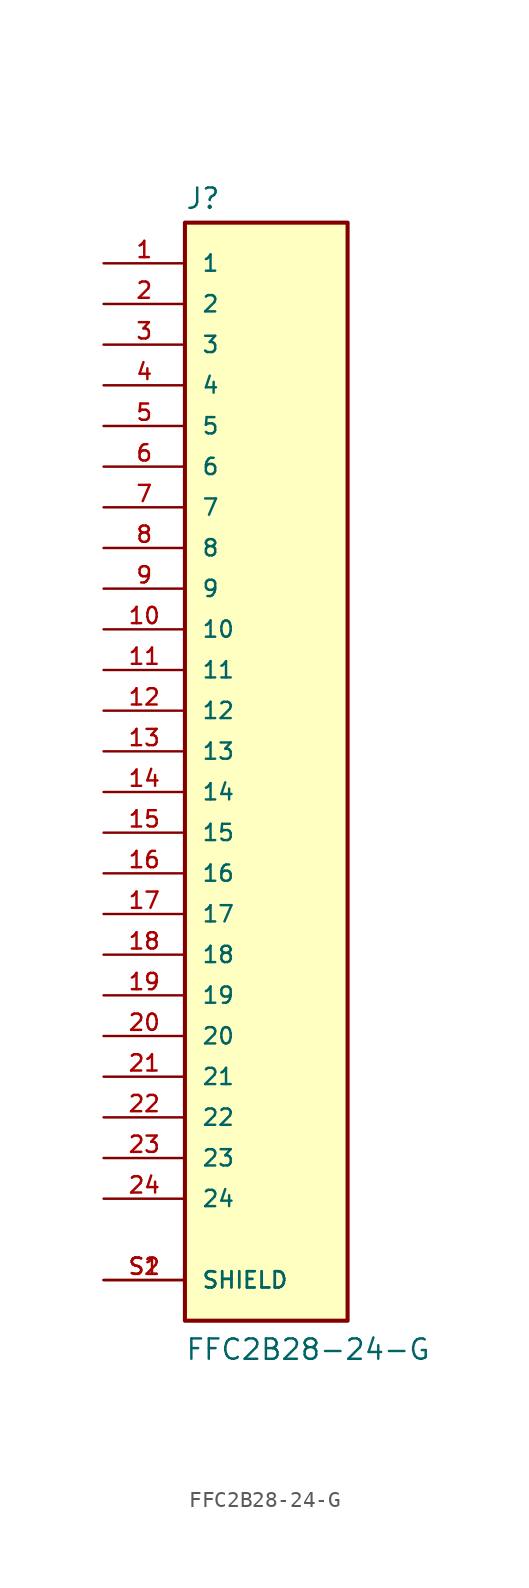
<source format=kicad_sym>
(kicad_symbol_lib
  (version 20211014)
  (generator kicad_symbol_editor)
  (symbol "FFC2B28-24-G"
    (pin_names
      (offset 1.016))
    (property "Reference" "J"
      (at -5.08 33.782 0)
      (effects (font (size 1.27 1.27)) (justify bottom left)))
    (property "Value" "FFC2B28-24-G"
      (at -5.08 -38.1 0)
      (effects (font (size 1.27 1.27)) (justify bottom left)))
    (symbol "FFC2B28-24-G_0_0"
      (rectangle (start -5.08 -35.56) (end 5.08 33.02) (stroke (width 0.254)) (fill (type background)))
      (pin passive line (at -10.16 30.48 0) (length 5.08) (name "1" (effects (font (size 1.016 1.016)))) (number "1" (effects (font (size 1.016 1.016)))))
      (pin passive line (at -10.16 27.94 0) (length 5.08) (name "2" (effects (font (size 1.016 1.016)))) (number "2" (effects (font (size 1.016 1.016)))))
      (pin passive line (at -10.16 25.4 0) (length 5.08) (name "3" (effects (font (size 1.016 1.016)))) (number "3" (effects (font (size 1.016 1.016)))))
      (pin passive line (at -10.16 22.86 0) (length 5.08) (name "4" (effects (font (size 1.016 1.016)))) (number "4" (effects (font (size 1.016 1.016)))))
      (pin passive line (at -10.16 -33.02 0) (length 5.08) (name "SHIELD" (effects (font (size 1.016 1.016)))) (number "S1" (effects (font (size 1.016 1.016)))))
      (pin passive line (at -10.16 -33.02 0) (length 5.08) (name "SHIELD" (effects (font (size 1.016 1.016)))) (number "S2" (effects (font (size 1.016 1.016)))))
      (pin passive line (at -10.16 20.32 0) (length 5.08) (name "5" (effects (font (size 1.016 1.016)))) (number "5" (effects (font (size 1.016 1.016)))))
      (pin passive line (at -10.16 17.78 0) (length 5.08) (name "6" (effects (font (size 1.016 1.016)))) (number "6" (effects (font (size 1.016 1.016)))))
      (pin passive line (at -10.16 15.24 0) (length 5.08) (name "7" (effects (font (size 1.016 1.016)))) (number "7" (effects (font (size 1.016 1.016)))))
      (pin passive line (at -10.16 12.7 0) (length 5.08) (name "8" (effects (font (size 1.016 1.016)))) (number "8" (effects (font (size 1.016 1.016)))))
      (pin passive line (at -10.16 10.16 0) (length 5.08) (name "9" (effects (font (size 1.016 1.016)))) (number "9" (effects (font (size 1.016 1.016)))))
      (pin passive line (at -10.16 7.62 0) (length 5.08) (name "10" (effects (font (size 1.016 1.016)))) (number "10" (effects (font (size 1.016 1.016)))))
      (pin passive line (at -10.16 5.08 0) (length 5.08) (name "11" (effects (font (size 1.016 1.016)))) (number "11" (effects (font (size 1.016 1.016)))))
      (pin passive line (at -10.16 2.54 0) (length 5.08) (name "12" (effects (font (size 1.016 1.016)))) (number "12" (effects (font (size 1.016 1.016)))))
      (pin passive line (at -10.16 0.0 0) (length 5.08) (name "13" (effects (font (size 1.016 1.016)))) (number "13" (effects (font (size 1.016 1.016)))))
      (pin passive line (at -10.16 -2.54 0) (length 5.08) (name "14" (effects (font (size 1.016 1.016)))) (number "14" (effects (font (size 1.016 1.016)))))
      (pin passive line (at -10.16 -5.08 0) (length 5.08) (name "15" (effects (font (size 1.016 1.016)))) (number "15" (effects (font (size 1.016 1.016)))))
      (pin passive line (at -10.16 -7.62 0) (length 5.08) (name "16" (effects (font (size 1.016 1.016)))) (number "16" (effects (font (size 1.016 1.016)))))
      (pin passive line (at -10.16 -10.16 0) (length 5.08) (name "17" (effects (font (size 1.016 1.016)))) (number "17" (effects (font (size 1.016 1.016)))))
      (pin passive line (at -10.16 -12.7 0) (length 5.08) (name "18" (effects (font (size 1.016 1.016)))) (number "18" (effects (font (size 1.016 1.016)))))
      (pin passive line (at -10.16 -15.24 0) (length 5.08) (name "19" (effects (font (size 1.016 1.016)))) (number "19" (effects (font (size 1.016 1.016)))))
      (pin passive line (at -10.16 -17.78 0) (length 5.08) (name "20" (effects (font (size 1.016 1.016)))) (number "20" (effects (font (size 1.016 1.016)))))
      (pin passive line (at -10.16 -20.32 0) (length 5.08) (name "21" (effects (font (size 1.016 1.016)))) (number "21" (effects (font (size 1.016 1.016)))))
      (pin passive line (at -10.16 -22.86 0) (length 5.08) (name "22" (effects (font (size 1.016 1.016)))) (number "22" (effects (font (size 1.016 1.016)))))
      (pin passive line (at -10.16 -25.4 0) (length 5.08) (name "23" (effects (font (size 1.016 1.016)))) (number "23" (effects (font (size 1.016 1.016)))))
      (pin passive line (at -10.16 -27.94 0) (length 5.08) (name "24" (effects (font (size 1.016 1.016)))) (number "24" (effects (font (size 1.016 1.016))))))))
</source>
